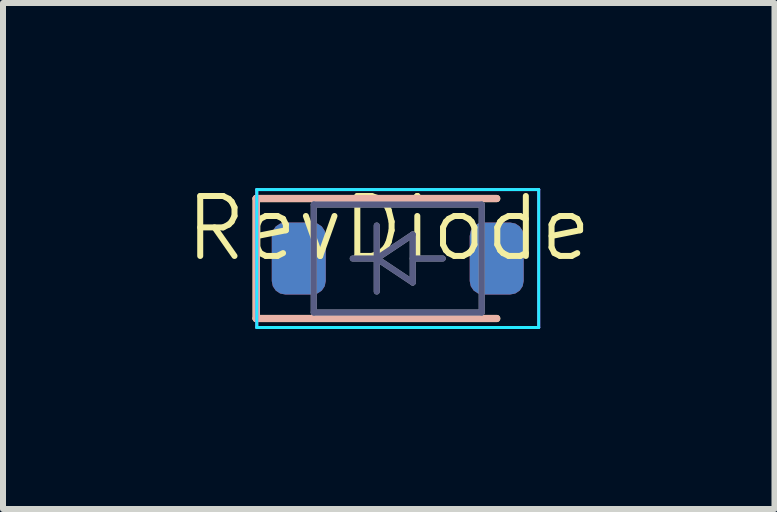
<source format=kicad_pcb>
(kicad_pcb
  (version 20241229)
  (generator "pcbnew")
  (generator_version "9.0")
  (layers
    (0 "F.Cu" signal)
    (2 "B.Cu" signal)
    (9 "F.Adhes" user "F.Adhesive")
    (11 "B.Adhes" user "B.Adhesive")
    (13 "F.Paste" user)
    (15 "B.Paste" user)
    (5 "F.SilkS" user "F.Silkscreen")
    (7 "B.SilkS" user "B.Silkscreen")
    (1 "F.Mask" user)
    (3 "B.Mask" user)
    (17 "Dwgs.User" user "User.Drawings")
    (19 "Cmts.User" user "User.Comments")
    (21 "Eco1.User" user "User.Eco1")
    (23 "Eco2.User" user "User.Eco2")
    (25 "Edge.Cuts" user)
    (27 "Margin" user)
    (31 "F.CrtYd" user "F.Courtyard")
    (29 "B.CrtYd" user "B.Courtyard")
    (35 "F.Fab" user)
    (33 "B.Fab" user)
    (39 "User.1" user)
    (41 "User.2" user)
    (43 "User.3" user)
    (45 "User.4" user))
  (footprint "RevDiode"
    (layer "F.Cu")
    (at 3.431 1.26)
    (property "Reference" "RevDiode" (at 0 -0.5 0) (unlocked yes) (layer "F.SilkS") (effects (font (size 1 1) (thickness 0.1))))
    (attr smd)
    (fp_line (start -2.21 -1) (end -2.21 1) (stroke (width 0.12) (type solid)) (layer "F.SilkS"))
    (fp_line (start -2.21 -1) (end 1.8 -1) (stroke (width 0.12) (type solid)) (layer "F.SilkS"))
    (fp_line (start -2.21 1) (end 1.8 1) (stroke (width 0.12) (type solid)) (layer "F.SilkS"))
    (fp_line (start -2.21 -1) (end 1.8 -1) (stroke (width 0.12) (type solid)) (layer "B.SilkS"))
    (fp_line (start -2.21 1) (end -2.21 -1) (stroke (width 0.12) (type solid)) (layer "B.SilkS"))
    (fp_line (start -2.21 1) (end 1.8 1) (stroke (width 0.12) (type solid)) (layer "B.SilkS"))
    (fp_line (start -2.2 1.15) (end -2.2 -1.15) (stroke (width 0.05) (type solid)) (layer "B.CrtYd"))
    (fp_line (start -2.2 1.15) (end 2.5 1.15) (stroke (width 0.05) (type solid)) (layer "B.CrtYd"))
    (fp_line (start 2.5 -1.15) (end -2.2 -1.15) (stroke (width 0.05) (type solid)) (layer "B.CrtYd"))
    (fp_line (start 2.5 1.15) (end 2.5 -1.15) (stroke (width 0.05) (type solid)) (layer "B.CrtYd"))
    (fp_line (start -2.2 -1.15) (end -2.2 1.15) (stroke (width 0.05) (type solid)) (layer "F.CrtYd"))
    (fp_line (start -2.2 -1.15) (end 2.5 -1.15) (stroke (width 0.05) (type solid)) (layer "F.CrtYd"))
    (fp_line (start 2.5 -1.15) (end 2.5 1.15) (stroke (width 0.05) (type solid)) (layer "F.CrtYd"))
    (fp_line (start 2.5 1.15) (end -2.2 1.15) (stroke (width 0.05) (type solid)) (layer "F.CrtYd"))
    (fp_line (start -1.25 -0.9) (end -1.25 0.9) (stroke (width 0.1) (type solid)) (layer "B.Fab"))
    (fp_line (start -1.25 0.9) (end 1.55 0.9) (stroke (width 0.1) (type solid)) (layer "B.Fab"))
    (fp_line (start -0.6 0) (end -0.2 0) (stroke (width 0.1) (type solid)) (layer "B.Fab"))
    (fp_line (start -0.2 0) (end -0.2 -0.55) (stroke (width 0.1) (type solid)) (layer "B.Fab"))
    (fp_line (start -0.2 0) (end -0.2 0.55) (stroke (width 0.1) (type solid)) (layer "B.Fab"))
    (fp_line (start -0.2 0) (end 0.4 0.4) (stroke (width 0.1) (type solid)) (layer "B.Fab"))
    (fp_line (start 0.4 -0.4) (end -0.2 0) (stroke (width 0.1) (type solid)) (layer "B.Fab"))
    (fp_line (start 0.4 0) (end 0.9 0) (stroke (width 0.1) (type solid)) (layer "B.Fab"))
    (fp_line (start 0.4 0.4) (end 0.4 -0.4) (stroke (width 0.1) (type solid)) (layer "B.Fab"))
    (fp_line (start 1.55 -0.9) (end -1.25 -0.9) (stroke (width 0.1) (type solid)) (layer "B.Fab"))
    (fp_line (start 1.55 0.9) (end 1.55 -0.9) (stroke (width 0.1) (type solid)) (layer "B.Fab"))
    (fp_line (start -1.25 -0.9) (end 1.55 -0.9) (stroke (width 0.1) (type solid)) (layer "F.Fab"))
    (fp_line (start -1.25 0.9) (end -1.25 -0.9) (stroke (width 0.1) (type solid)) (layer "F.Fab"))
    (fp_line (start -0.6 0) (end -0.2 0) (stroke (width 0.1) (type solid)) (layer "F.Fab"))
    (fp_line (start -0.2 0) (end -0.2 -0.55) (stroke (width 0.1) (type solid)) (layer "F.Fab"))
    (fp_line (start -0.2 0) (end -0.2 0.55) (stroke (width 0.1) (type solid)) (layer "F.Fab"))
    (fp_line (start -0.2 0) (end 0.4 -0.4) (stroke (width 0.1) (type solid)) (layer "F.Fab"))
    (fp_line (start 0.4 -0.4) (end 0.4 0.4) (stroke (width 0.1) (type solid)) (layer "F.Fab"))
    (fp_line (start 0.4 0) (end 0.9 0) (stroke (width 0.1) (type solid)) (layer "F.Fab"))
    (fp_line (start 0.4 0.4) (end -0.2 0) (stroke (width 0.1) (type solid)) (layer "F.Fab"))
    (fp_line (start 1.55 -0.9) (end 1.55 0.9) (stroke (width 0.1) (type solid)) (layer "F.Fab"))
    (fp_line (start 1.55 0.9) (end -1.25 0.9) (stroke (width 0.1) (type solid)) (layer "F.Fab"))
    (pad "1" smd roundrect (at -1.5 0) (size 0.9 1.2) (layers "F.Cu" "F.Mask" "F.Paste") (roundrect_rratio 0.25))
    (pad "1" smd roundrect (at -1.5 0 180) (size 0.9 1.2) (layers "B.Cu" "B.Mask" "B.Paste") (roundrect_rratio 0.25))
    (pad "2" smd roundrect (at 1.8 0) (size 0.9 1.2) (layers "F.Cu" "F.Mask" "F.Paste") (roundrect_rratio 0.25))
    (pad "2" smd roundrect (at 1.8 0 180) (size 0.9 1.2) (layers "B.Cu" "B.Mask" "B.Paste") (roundrect_rratio 0.25)))
  (gr_rect
    (start -3 -3)
    (end 9.862 5.436)
    (stroke (width 0.1) (type default))
    (fill no)
    (layer "Edge.Cuts")))
</source>
